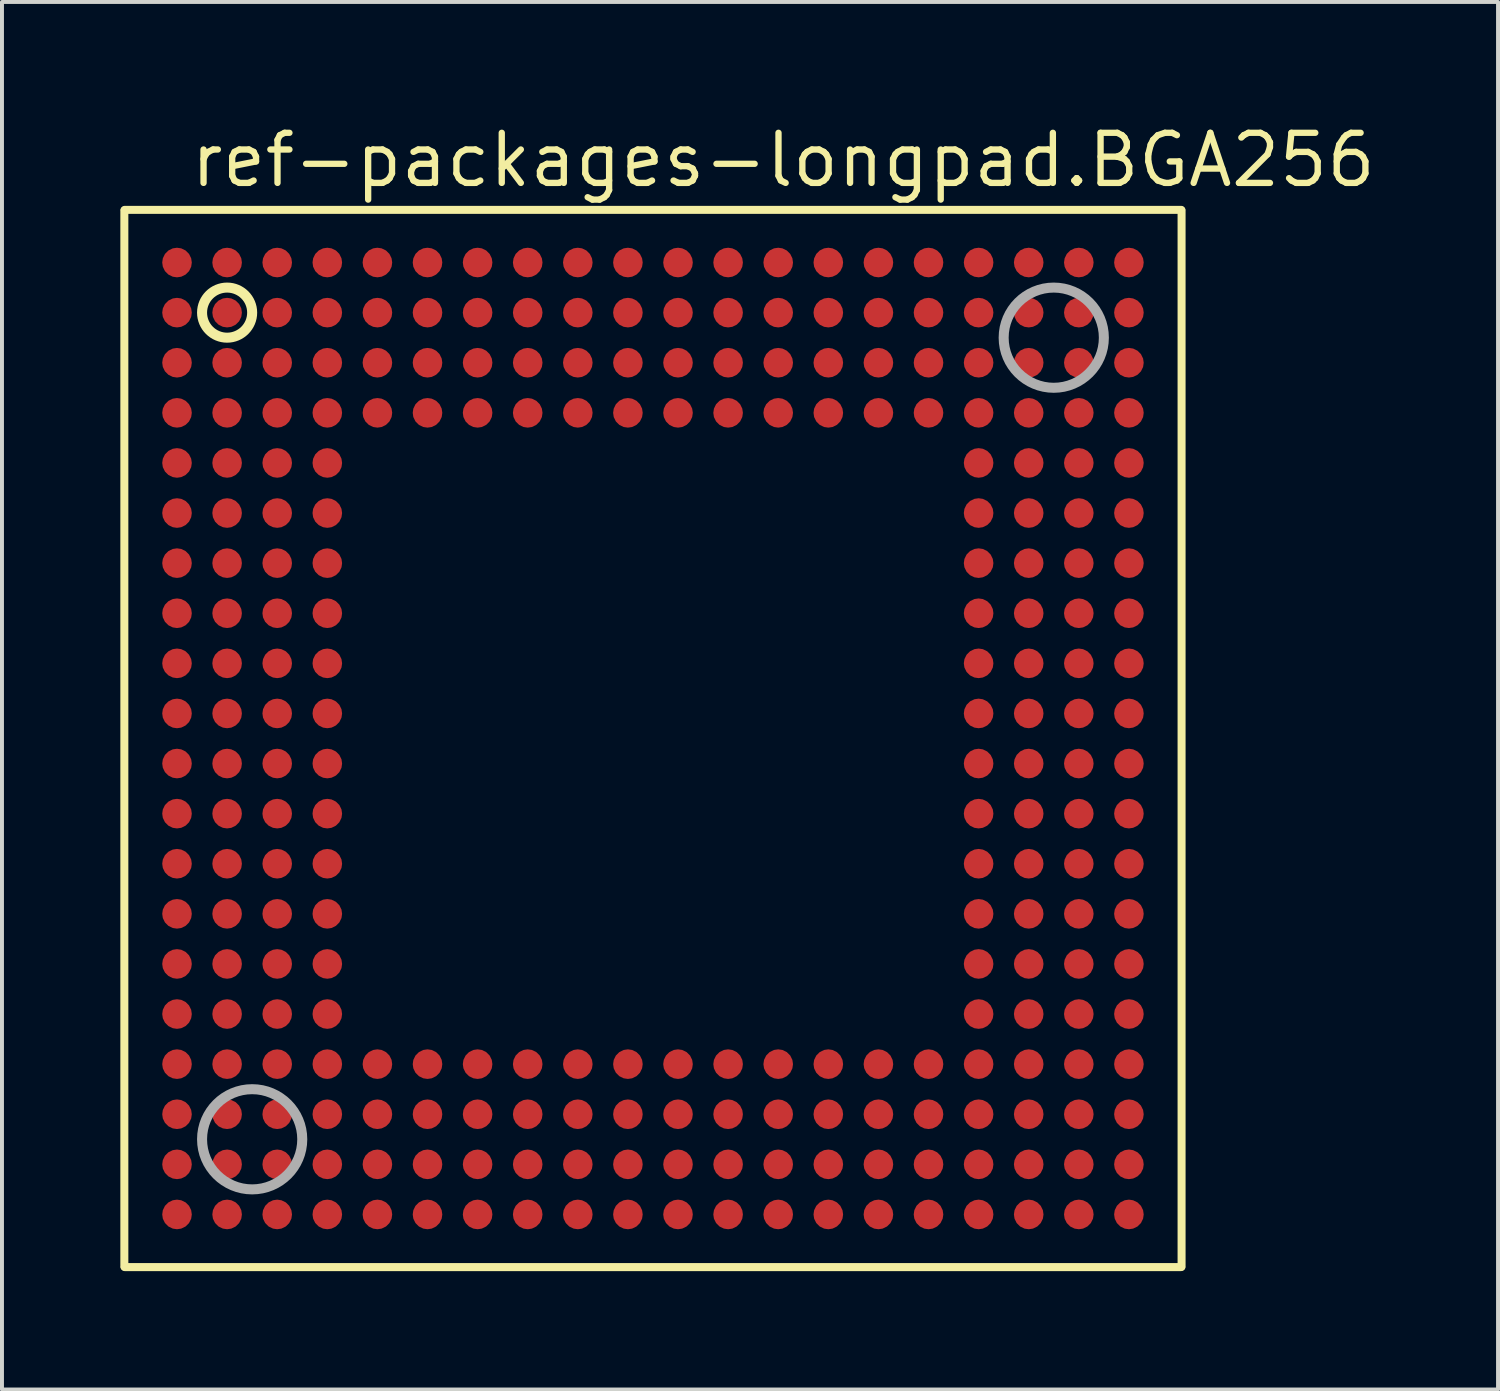
<source format=kicad_pcb>
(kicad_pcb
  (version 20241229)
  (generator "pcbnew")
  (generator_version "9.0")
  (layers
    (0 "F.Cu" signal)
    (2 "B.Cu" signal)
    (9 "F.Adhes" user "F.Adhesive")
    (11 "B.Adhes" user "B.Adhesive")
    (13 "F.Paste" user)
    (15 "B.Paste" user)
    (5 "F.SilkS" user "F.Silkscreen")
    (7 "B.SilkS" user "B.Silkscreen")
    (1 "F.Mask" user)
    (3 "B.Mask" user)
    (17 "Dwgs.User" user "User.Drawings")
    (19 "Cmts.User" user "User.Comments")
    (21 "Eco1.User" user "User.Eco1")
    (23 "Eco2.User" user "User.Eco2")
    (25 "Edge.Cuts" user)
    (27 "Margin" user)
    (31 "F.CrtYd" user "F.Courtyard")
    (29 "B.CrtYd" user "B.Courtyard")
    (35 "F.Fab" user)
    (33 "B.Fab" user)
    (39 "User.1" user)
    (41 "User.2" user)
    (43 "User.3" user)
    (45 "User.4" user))
  (footprint "ref-packages-longpad.BGA256"
    (layer "F.Cu")
    (at 13.502 15.67)
    (property "Reference" "ref-packages-longpad.BGA256" (at -11.8 -13.92 0) (layer "F.SilkS") (effects (font (size 1.27 1.27) (thickness 0.16)) (justify left bottom)))
    (attr smd)
    (fp_line (start -13.4 13.389) (end -13.4 -13.389) (stroke (width 0.203) (type default)) (layer "F.SilkS"))
    (fp_line (start -13.389 -13.4) (end 13.389 -13.4) (stroke (width 0.203) (type default)) (layer "F.SilkS"))
    (fp_line (start 13.389 13.4) (end -13.389 13.4) (stroke (width 0.203) (type default)) (layer "F.SilkS"))
    (fp_line (start 13.4 -13.389) (end 13.4 13.389) (stroke (width 0.203) (type default)) (layer "F.SilkS"))
    (fp_circle (center -10.795 -10.795) (end -10.16 -10.795) (stroke (width 0.254) (type default)) (fill no) (layer "F.SilkS"))
    (fp_circle (center -10.16 10.16) (end -8.89 10.16) (stroke (width 0.254) (type default)) (fill no) (layer "F.Fab"))
    (fp_circle (center 10.16 -10.16) (end 11.43 -10.16) (stroke (width 0.254) (type default)) (fill no) (layer "F.Fab"))
    (pad "A1" smd roundrect (at -12.065 -12.065) (size 0.75 0.75) (layers "F.Cu" "F.Mask" "F.Paste") (roundrect_rratio 0.5))
    (pad "A2" smd roundrect (at -10.795 -12.065) (size 0.75 0.75) (layers "F.Cu" "F.Mask" "F.Paste") (roundrect_rratio 0.5))
    (pad "A3" smd roundrect (at -9.525 -12.065) (size 0.75 0.75) (layers "F.Cu" "F.Mask" "F.Paste") (roundrect_rratio 0.5))
    (pad "A4" smd roundrect (at -8.255 -12.065) (size 0.75 0.75) (layers "F.Cu" "F.Mask" "F.Paste") (roundrect_rratio 0.5))
    (pad "A5" smd roundrect (at -6.985 -12.065) (size 0.75 0.75) (layers "F.Cu" "F.Mask" "F.Paste") (roundrect_rratio 0.5))
    (pad "A6" smd roundrect (at -5.715 -12.065) (size 0.75 0.75) (layers "F.Cu" "F.Mask" "F.Paste") (roundrect_rratio 0.5))
    (pad "A7" smd roundrect (at -4.445 -12.065) (size 0.75 0.75) (layers "F.Cu" "F.Mask" "F.Paste") (roundrect_rratio 0.5))
    (pad "A8" smd roundrect (at -3.175 -12.065) (size 0.75 0.75) (layers "F.Cu" "F.Mask" "F.Paste") (roundrect_rratio 0.5))
    (pad "A9" smd roundrect (at -1.905 -12.065) (size 0.75 0.75) (layers "F.Cu" "F.Mask" "F.Paste") (roundrect_rratio 0.5))
    (pad "A10" smd roundrect (at -0.635 -12.065) (size 0.75 0.75) (layers "F.Cu" "F.Mask" "F.Paste") (roundrect_rratio 0.5))
    (pad "A11" smd roundrect (at 0.635 -12.065) (size 0.75 0.75) (layers "F.Cu" "F.Mask" "F.Paste") (roundrect_rratio 0.5))
    (pad "A12" smd roundrect (at 1.905 -12.065) (size 0.75 0.75) (layers "F.Cu" "F.Mask" "F.Paste") (roundrect_rratio 0.5))
    (pad "A13" smd roundrect (at 3.175 -12.065) (size 0.75 0.75) (layers "F.Cu" "F.Mask" "F.Paste") (roundrect_rratio 0.5))
    (pad "A14" smd roundrect (at 4.445 -12.065) (size 0.75 0.75) (layers "F.Cu" "F.Mask" "F.Paste") (roundrect_rratio 0.5))
    (pad "A15" smd roundrect (at 5.715 -12.065) (size 0.75 0.75) (layers "F.Cu" "F.Mask" "F.Paste") (roundrect_rratio 0.5))
    (pad "A16" smd roundrect (at 6.985 -12.065) (size 0.75 0.75) (layers "F.Cu" "F.Mask" "F.Paste") (roundrect_rratio 0.5))
    (pad "A17" smd roundrect (at 8.255 -12.065) (size 0.75 0.75) (layers "F.Cu" "F.Mask" "F.Paste") (roundrect_rratio 0.5))
    (pad "A18" smd roundrect (at 9.525 -12.065) (size 0.75 0.75) (layers "F.Cu" "F.Mask" "F.Paste") (roundrect_rratio 0.5))
    (pad "A19" smd roundrect (at 10.795 -12.065) (size 0.75 0.75) (layers "F.Cu" "F.Mask" "F.Paste") (roundrect_rratio 0.5))
    (pad "A20" smd roundrect (at 12.065 -12.065) (size 0.75 0.75) (layers "F.Cu" "F.Mask" "F.Paste") (roundrect_rratio 0.5))
    (pad "B1" smd roundrect (at -12.065 -10.795) (size 0.75 0.75) (layers "F.Cu" "F.Mask" "F.Paste") (roundrect_rratio 0.5))
    (pad "B2" smd roundrect (at -10.795 -10.795) (size 0.75 0.75) (layers "F.Cu" "F.Mask" "F.Paste") (roundrect_rratio 0.5))
    (pad "B3" smd roundrect (at -9.525 -10.795) (size 0.75 0.75) (layers "F.Cu" "F.Mask" "F.Paste") (roundrect_rratio 0.5))
    (pad "B4" smd roundrect (at -8.255 -10.795) (size 0.75 0.75) (layers "F.Cu" "F.Mask" "F.Paste") (roundrect_rratio 0.5))
    (pad "B5" smd roundrect (at -6.985 -10.795) (size 0.75 0.75) (layers "F.Cu" "F.Mask" "F.Paste") (roundrect_rratio 0.5))
    (pad "B6" smd roundrect (at -5.715 -10.795) (size 0.75 0.75) (layers "F.Cu" "F.Mask" "F.Paste") (roundrect_rratio 0.5))
    (pad "B7" smd roundrect (at -4.445 -10.795) (size 0.75 0.75) (layers "F.Cu" "F.Mask" "F.Paste") (roundrect_rratio 0.5))
    (pad "B8" smd roundrect (at -3.175 -10.795) (size 0.75 0.75) (layers "F.Cu" "F.Mask" "F.Paste") (roundrect_rratio 0.5))
    (pad "B9" smd roundrect (at -1.905 -10.795) (size 0.75 0.75) (layers "F.Cu" "F.Mask" "F.Paste") (roundrect_rratio 0.5))
    (pad "B10" smd roundrect (at -0.635 -10.795) (size 0.75 0.75) (layers "F.Cu" "F.Mask" "F.Paste") (roundrect_rratio 0.5))
    (pad "B11" smd roundrect (at 0.635 -10.795) (size 0.75 0.75) (layers "F.Cu" "F.Mask" "F.Paste") (roundrect_rratio 0.5))
    (pad "B12" smd roundrect (at 1.905 -10.795) (size 0.75 0.75) (layers "F.Cu" "F.Mask" "F.Paste") (roundrect_rratio 0.5))
    (pad "B13" smd roundrect (at 3.175 -10.795) (size 0.75 0.75) (layers "F.Cu" "F.Mask" "F.Paste") (roundrect_rratio 0.5))
    (pad "B14" smd roundrect (at 4.445 -10.795) (size 0.75 0.75) (layers "F.Cu" "F.Mask" "F.Paste") (roundrect_rratio 0.5))
    (pad "B15" smd roundrect (at 5.715 -10.795) (size 0.75 0.75) (layers "F.Cu" "F.Mask" "F.Paste") (roundrect_rratio 0.5))
    (pad "B16" smd roundrect (at 6.985 -10.795) (size 0.75 0.75) (layers "F.Cu" "F.Mask" "F.Paste") (roundrect_rratio 0.5))
    (pad "B17" smd roundrect (at 8.255 -10.795) (size 0.75 0.75) (layers "F.Cu" "F.Mask" "F.Paste") (roundrect_rratio 0.5))
    (pad "B18" smd roundrect (at 9.525 -10.795) (size 0.75 0.75) (layers "F.Cu" "F.Mask" "F.Paste") (roundrect_rratio 0.5))
    (pad "B19" smd roundrect (at 10.795 -10.795) (size 0.75 0.75) (layers "F.Cu" "F.Mask" "F.Paste") (roundrect_rratio 0.5))
    (pad "B20" smd roundrect (at 12.065 -10.795) (size 0.75 0.75) (layers "F.Cu" "F.Mask" "F.Paste") (roundrect_rratio 0.5))
    (pad "C1" smd roundrect (at -12.065 -9.525) (size 0.75 0.75) (layers "F.Cu" "F.Mask" "F.Paste") (roundrect_rratio 0.5))
    (pad "C2" smd roundrect (at -10.795 -9.525) (size 0.75 0.75) (layers "F.Cu" "F.Mask" "F.Paste") (roundrect_rratio 0.5))
    (pad "C3" smd roundrect (at -9.525 -9.525) (size 0.75 0.75) (layers "F.Cu" "F.Mask" "F.Paste") (roundrect_rratio 0.5))
    (pad "C4" smd roundrect (at -8.255 -9.525) (size 0.75 0.75) (layers "F.Cu" "F.Mask" "F.Paste") (roundrect_rratio 0.5))
    (pad "C5" smd roundrect (at -6.985 -9.525) (size 0.75 0.75) (layers "F.Cu" "F.Mask" "F.Paste") (roundrect_rratio 0.5))
    (pad "C6" smd roundrect (at -5.715 -9.525) (size 0.75 0.75) (layers "F.Cu" "F.Mask" "F.Paste") (roundrect_rratio 0.5))
    (pad "C7" smd roundrect (at -4.445 -9.525) (size 0.75 0.75) (layers "F.Cu" "F.Mask" "F.Paste") (roundrect_rratio 0.5))
    (pad "C8" smd roundrect (at -3.175 -9.525) (size 0.75 0.75) (layers "F.Cu" "F.Mask" "F.Paste") (roundrect_rratio 0.5))
    (pad "C9" smd roundrect (at -1.905 -9.525) (size 0.75 0.75) (layers "F.Cu" "F.Mask" "F.Paste") (roundrect_rratio 0.5))
    (pad "C10" smd roundrect (at -0.635 -9.525) (size 0.75 0.75) (layers "F.Cu" "F.Mask" "F.Paste") (roundrect_rratio 0.5))
    (pad "C11" smd roundrect (at 0.635 -9.525) (size 0.75 0.75) (layers "F.Cu" "F.Mask" "F.Paste") (roundrect_rratio 0.5))
    (pad "C12" smd roundrect (at 1.905 -9.525) (size 0.75 0.75) (layers "F.Cu" "F.Mask" "F.Paste") (roundrect_rratio 0.5))
    (pad "C13" smd roundrect (at 3.175 -9.525) (size 0.75 0.75) (layers "F.Cu" "F.Mask" "F.Paste") (roundrect_rratio 0.5))
    (pad "C14" smd roundrect (at 4.445 -9.525) (size 0.75 0.75) (layers "F.Cu" "F.Mask" "F.Paste") (roundrect_rratio 0.5))
    (pad "C15" smd roundrect (at 5.715 -9.525) (size 0.75 0.75) (layers "F.Cu" "F.Mask" "F.Paste") (roundrect_rratio 0.5))
    (pad "C16" smd roundrect (at 6.985 -9.525) (size 0.75 0.75) (layers "F.Cu" "F.Mask" "F.Paste") (roundrect_rratio 0.5))
    (pad "C17" smd roundrect (at 8.255 -9.525) (size 0.75 0.75) (layers "F.Cu" "F.Mask" "F.Paste") (roundrect_rratio 0.5))
    (pad "C18" smd roundrect (at 9.525 -9.525) (size 0.75 0.75) (layers "F.Cu" "F.Mask" "F.Paste") (roundrect_rratio 0.5))
    (pad "C19" smd roundrect (at 10.795 -9.525) (size 0.75 0.75) (layers "F.Cu" "F.Mask" "F.Paste") (roundrect_rratio 0.5))
    (pad "C20" smd roundrect (at 12.065 -9.525) (size 0.75 0.75) (layers "F.Cu" "F.Mask" "F.Paste") (roundrect_rratio 0.5))
    (pad "D1" smd roundrect (at -12.065 -8.255) (size 0.75 0.75) (layers "F.Cu" "F.Mask" "F.Paste") (roundrect_rratio 0.5))
    (pad "D2" smd roundrect (at -10.795 -8.255) (size 0.75 0.75) (layers "F.Cu" "F.Mask" "F.Paste") (roundrect_rratio 0.5))
    (pad "D3" smd roundrect (at -9.525 -8.255) (size 0.75 0.75) (layers "F.Cu" "F.Mask" "F.Paste") (roundrect_rratio 0.5))
    (pad "D4" smd roundrect (at -8.255 -8.255) (size 0.75 0.75) (layers "F.Cu" "F.Mask" "F.Paste") (roundrect_rratio 0.5))
    (pad "D5" smd roundrect (at -6.985 -8.255) (size 0.75 0.75) (layers "F.Cu" "F.Mask" "F.Paste") (roundrect_rratio 0.5))
    (pad "D6" smd roundrect (at -5.715 -8.255) (size 0.75 0.75) (layers "F.Cu" "F.Mask" "F.Paste") (roundrect_rratio 0.5))
    (pad "D7" smd roundrect (at -4.445 -8.255) (size 0.75 0.75) (layers "F.Cu" "F.Mask" "F.Paste") (roundrect_rratio 0.5))
    (pad "D8" smd roundrect (at -3.175 -8.255) (size 0.75 0.75) (layers "F.Cu" "F.Mask" "F.Paste") (roundrect_rratio 0.5))
    (pad "D9" smd roundrect (at -1.905 -8.255) (size 0.75 0.75) (layers "F.Cu" "F.Mask" "F.Paste") (roundrect_rratio 0.5))
    (pad "D10" smd roundrect (at -0.635 -8.255) (size 0.75 0.75) (layers "F.Cu" "F.Mask" "F.Paste") (roundrect_rratio 0.5))
    (pad "D11" smd roundrect (at 0.635 -8.255) (size 0.75 0.75) (layers "F.Cu" "F.Mask" "F.Paste") (roundrect_rratio 0.5))
    (pad "D12" smd roundrect (at 1.905 -8.255) (size 0.75 0.75) (layers "F.Cu" "F.Mask" "F.Paste") (roundrect_rratio 0.5))
    (pad "D13" smd roundrect (at 3.175 -8.255) (size 0.75 0.75) (layers "F.Cu" "F.Mask" "F.Paste") (roundrect_rratio 0.5))
    (pad "D14" smd roundrect (at 4.445 -8.255) (size 0.75 0.75) (layers "F.Cu" "F.Mask" "F.Paste") (roundrect_rratio 0.5))
    (pad "D15" smd roundrect (at 5.715 -8.255) (size 0.75 0.75) (layers "F.Cu" "F.Mask" "F.Paste") (roundrect_rratio 0.5))
    (pad "D16" smd roundrect (at 6.985 -8.255) (size 0.75 0.75) (layers "F.Cu" "F.Mask" "F.Paste") (roundrect_rratio 0.5))
    (pad "D17" smd roundrect (at 8.255 -8.255) (size 0.75 0.75) (layers "F.Cu" "F.Mask" "F.Paste") (roundrect_rratio 0.5))
    (pad "D18" smd roundrect (at 9.525 -8.255) (size 0.75 0.75) (layers "F.Cu" "F.Mask" "F.Paste") (roundrect_rratio 0.5))
    (pad "D19" smd roundrect (at 10.795 -8.255) (size 0.75 0.75) (layers "F.Cu" "F.Mask" "F.Paste") (roundrect_rratio 0.5))
    (pad "D20" smd roundrect (at 12.065 -8.255) (size 0.75 0.75) (layers "F.Cu" "F.Mask" "F.Paste") (roundrect_rratio 0.5))
    (pad "E1" smd roundrect (at -12.065 -6.985) (size 0.75 0.75) (layers "F.Cu" "F.Mask" "F.Paste") (roundrect_rratio 0.5))
    (pad "E2" smd roundrect (at -10.795 -6.985) (size 0.75 0.75) (layers "F.Cu" "F.Mask" "F.Paste") (roundrect_rratio 0.5))
    (pad "E3" smd roundrect (at -9.525 -6.985) (size 0.75 0.75) (layers "F.Cu" "F.Mask" "F.Paste") (roundrect_rratio 0.5))
    (pad "E4" smd roundrect (at -8.255 -6.985) (size 0.75 0.75) (layers "F.Cu" "F.Mask" "F.Paste") (roundrect_rratio 0.5))
    (pad "E17" smd roundrect (at 8.255 -6.985) (size 0.75 0.75) (layers "F.Cu" "F.Mask" "F.Paste") (roundrect_rratio 0.5))
    (pad "E18" smd roundrect (at 9.525 -6.985) (size 0.75 0.75) (layers "F.Cu" "F.Mask" "F.Paste") (roundrect_rratio 0.5))
    (pad "E19" smd roundrect (at 10.795 -6.985) (size 0.75 0.75) (layers "F.Cu" "F.Mask" "F.Paste") (roundrect_rratio 0.5))
    (pad "E20" smd roundrect (at 12.065 -6.985) (size 0.75 0.75) (layers "F.Cu" "F.Mask" "F.Paste") (roundrect_rratio 0.5))
    (pad "F1" smd roundrect (at -12.065 -5.715) (size 0.75 0.75) (layers "F.Cu" "F.Mask" "F.Paste") (roundrect_rratio 0.5))
    (pad "F2" smd roundrect (at -10.795 -5.715) (size 0.75 0.75) (layers "F.Cu" "F.Mask" "F.Paste") (roundrect_rratio 0.5))
    (pad "F3" smd roundrect (at -9.525 -5.715) (size 0.75 0.75) (layers "F.Cu" "F.Mask" "F.Paste") (roundrect_rratio 0.5))
    (pad "F4" smd roundrect (at -8.255 -5.715) (size 0.75 0.75) (layers "F.Cu" "F.Mask" "F.Paste") (roundrect_rratio 0.5))
    (pad "F17" smd roundrect (at 8.255 -5.715) (size 0.75 0.75) (layers "F.Cu" "F.Mask" "F.Paste") (roundrect_rratio 0.5))
    (pad "F18" smd roundrect (at 9.525 -5.715) (size 0.75 0.75) (layers "F.Cu" "F.Mask" "F.Paste") (roundrect_rratio 0.5))
    (pad "F19" smd roundrect (at 10.795 -5.715) (size 0.75 0.75) (layers "F.Cu" "F.Mask" "F.Paste") (roundrect_rratio 0.5))
    (pad "F20" smd roundrect (at 12.065 -5.715) (size 0.75 0.75) (layers "F.Cu" "F.Mask" "F.Paste") (roundrect_rratio 0.5))
    (pad "G1" smd roundrect (at -12.065 -4.445) (size 0.75 0.75) (layers "F.Cu" "F.Mask" "F.Paste") (roundrect_rratio 0.5))
    (pad "G2" smd roundrect (at -10.795 -4.445) (size 0.75 0.75) (layers "F.Cu" "F.Mask" "F.Paste") (roundrect_rratio 0.5))
    (pad "G3" smd roundrect (at -9.525 -4.445) (size 0.75 0.75) (layers "F.Cu" "F.Mask" "F.Paste") (roundrect_rratio 0.5))
    (pad "G4" smd roundrect (at -8.255 -4.445) (size 0.75 0.75) (layers "F.Cu" "F.Mask" "F.Paste") (roundrect_rratio 0.5))
    (pad "G17" smd roundrect (at 8.255 -4.445) (size 0.75 0.75) (layers "F.Cu" "F.Mask" "F.Paste") (roundrect_rratio 0.5))
    (pad "G18" smd roundrect (at 9.525 -4.445) (size 0.75 0.75) (layers "F.Cu" "F.Mask" "F.Paste") (roundrect_rratio 0.5))
    (pad "G19" smd roundrect (at 10.795 -4.445) (size 0.75 0.75) (layers "F.Cu" "F.Mask" "F.Paste") (roundrect_rratio 0.5))
    (pad "G20" smd roundrect (at 12.065 -4.445) (size 0.75 0.75) (layers "F.Cu" "F.Mask" "F.Paste") (roundrect_rratio 0.5))
    (pad "H1" smd roundrect (at -12.065 -3.175) (size 0.75 0.75) (layers "F.Cu" "F.Mask" "F.Paste") (roundrect_rratio 0.5))
    (pad "H2" smd roundrect (at -10.795 -3.175) (size 0.75 0.75) (layers "F.Cu" "F.Mask" "F.Paste") (roundrect_rratio 0.5))
    (pad "H3" smd roundrect (at -9.525 -3.175) (size 0.75 0.75) (layers "F.Cu" "F.Mask" "F.Paste") (roundrect_rratio 0.5))
    (pad "H4" smd roundrect (at -8.255 -3.175) (size 0.75 0.75) (layers "F.Cu" "F.Mask" "F.Paste") (roundrect_rratio 0.5))
    (pad "H17" smd roundrect (at 8.255 -3.175) (size 0.75 0.75) (layers "F.Cu" "F.Mask" "F.Paste") (roundrect_rratio 0.5))
    (pad "H18" smd roundrect (at 9.525 -3.175) (size 0.75 0.75) (layers "F.Cu" "F.Mask" "F.Paste") (roundrect_rratio 0.5))
    (pad "H19" smd roundrect (at 10.795 -3.175) (size 0.75 0.75) (layers "F.Cu" "F.Mask" "F.Paste") (roundrect_rratio 0.5))
    (pad "H20" smd roundrect (at 12.065 -3.175) (size 0.75 0.75) (layers "F.Cu" "F.Mask" "F.Paste") (roundrect_rratio 0.5))
    (pad "J1" smd roundrect (at -12.065 -1.905) (size 0.75 0.75) (layers "F.Cu" "F.Mask" "F.Paste") (roundrect_rratio 0.5))
    (pad "J2" smd roundrect (at -10.795 -1.905) (size 0.75 0.75) (layers "F.Cu" "F.Mask" "F.Paste") (roundrect_rratio 0.5))
    (pad "J3" smd roundrect (at -9.525 -1.905) (size 0.75 0.75) (layers "F.Cu" "F.Mask" "F.Paste") (roundrect_rratio 0.5))
    (pad "J4" smd roundrect (at -8.255 -1.905) (size 0.75 0.75) (layers "F.Cu" "F.Mask" "F.Paste") (roundrect_rratio 0.5))
    (pad "J17" smd roundrect (at 8.255 -1.905) (size 0.75 0.75) (layers "F.Cu" "F.Mask" "F.Paste") (roundrect_rratio 0.5))
    (pad "J18" smd roundrect (at 9.525 -1.905) (size 0.75 0.75) (layers "F.Cu" "F.Mask" "F.Paste") (roundrect_rratio 0.5))
    (pad "J19" smd roundrect (at 10.795 -1.905) (size 0.75 0.75) (layers "F.Cu" "F.Mask" "F.Paste") (roundrect_rratio 0.5))
    (pad "J20" smd roundrect (at 12.065 -1.905) (size 0.75 0.75) (layers "F.Cu" "F.Mask" "F.Paste") (roundrect_rratio 0.5))
    (pad "K1" smd roundrect (at -12.065 -0.635) (size 0.75 0.75) (layers "F.Cu" "F.Mask" "F.Paste") (roundrect_rratio 0.5))
    (pad "K2" smd roundrect (at -10.795 -0.635) (size 0.75 0.75) (layers "F.Cu" "F.Mask" "F.Paste") (roundrect_rratio 0.5))
    (pad "K3" smd roundrect (at -9.525 -0.635) (size 0.75 0.75) (layers "F.Cu" "F.Mask" "F.Paste") (roundrect_rratio 0.5))
    (pad "K4" smd roundrect (at -8.255 -0.635) (size 0.75 0.75) (layers "F.Cu" "F.Mask" "F.Paste") (roundrect_rratio 0.5))
    (pad "K17" smd roundrect (at 8.255 -0.635) (size 0.75 0.75) (layers "F.Cu" "F.Mask" "F.Paste") (roundrect_rratio 0.5))
    (pad "K18" smd roundrect (at 9.525 -0.635) (size 0.75 0.75) (layers "F.Cu" "F.Mask" "F.Paste") (roundrect_rratio 0.5))
    (pad "K19" smd roundrect (at 10.795 -0.635) (size 0.75 0.75) (layers "F.Cu" "F.Mask" "F.Paste") (roundrect_rratio 0.5))
    (pad "K20" smd roundrect (at 12.065 -0.635) (size 0.75 0.75) (layers "F.Cu" "F.Mask" "F.Paste") (roundrect_rratio 0.5))
    (pad "L1" smd roundrect (at -12.065 0.635) (size 0.75 0.75) (layers "F.Cu" "F.Mask" "F.Paste") (roundrect_rratio 0.5))
    (pad "L2" smd roundrect (at -10.795 0.635) (size 0.75 0.75) (layers "F.Cu" "F.Mask" "F.Paste") (roundrect_rratio 0.5))
    (pad "L3" smd roundrect (at -9.525 0.635) (size 0.75 0.75) (layers "F.Cu" "F.Mask" "F.Paste") (roundrect_rratio 0.5))
    (pad "L4" smd roundrect (at -8.255 0.635) (size 0.75 0.75) (layers "F.Cu" "F.Mask" "F.Paste") (roundrect_rratio 0.5))
    (pad "L17" smd roundrect (at 8.255 0.635) (size 0.75 0.75) (layers "F.Cu" "F.Mask" "F.Paste") (roundrect_rratio 0.5))
    (pad "L18" smd roundrect (at 9.525 0.635) (size 0.75 0.75) (layers "F.Cu" "F.Mask" "F.Paste") (roundrect_rratio 0.5))
    (pad "L19" smd roundrect (at 10.795 0.635) (size 0.75 0.75) (layers "F.Cu" "F.Mask" "F.Paste") (roundrect_rratio 0.5))
    (pad "L20" smd roundrect (at 12.065 0.635) (size 0.75 0.75) (layers "F.Cu" "F.Mask" "F.Paste") (roundrect_rratio 0.5))
    (pad "M1" smd roundrect (at -12.065 1.905) (size 0.75 0.75) (layers "F.Cu" "F.Mask" "F.Paste") (roundrect_rratio 0.5))
    (pad "M2" smd roundrect (at -10.795 1.905) (size 0.75 0.75) (layers "F.Cu" "F.Mask" "F.Paste") (roundrect_rratio 0.5))
    (pad "M3" smd roundrect (at -9.525 1.905) (size 0.75 0.75) (layers "F.Cu" "F.Mask" "F.Paste") (roundrect_rratio 0.5))
    (pad "M4" smd roundrect (at -8.255 1.905) (size 0.75 0.75) (layers "F.Cu" "F.Mask" "F.Paste") (roundrect_rratio 0.5))
    (pad "M17" smd roundrect (at 8.255 1.905) (size 0.75 0.75) (layers "F.Cu" "F.Mask" "F.Paste") (roundrect_rratio 0.5))
    (pad "M18" smd roundrect (at 9.525 1.905) (size 0.75 0.75) (layers "F.Cu" "F.Mask" "F.Paste") (roundrect_rratio 0.5))
    (pad "M19" smd roundrect (at 10.795 1.905) (size 0.75 0.75) (layers "F.Cu" "F.Mask" "F.Paste") (roundrect_rratio 0.5))
    (pad "M20" smd roundrect (at 12.065 1.905) (size 0.75 0.75) (layers "F.Cu" "F.Mask" "F.Paste") (roundrect_rratio 0.5))
    (pad "N1" smd roundrect (at -12.065 3.175) (size 0.75 0.75) (layers "F.Cu" "F.Mask" "F.Paste") (roundrect_rratio 0.5))
    (pad "N2" smd roundrect (at -10.795 3.175) (size 0.75 0.75) (layers "F.Cu" "F.Mask" "F.Paste") (roundrect_rratio 0.5))
    (pad "N3" smd roundrect (at -9.525 3.175) (size 0.75 0.75) (layers "F.Cu" "F.Mask" "F.Paste") (roundrect_rratio 0.5))
    (pad "N4" smd roundrect (at -8.255 3.175) (size 0.75 0.75) (layers "F.Cu" "F.Mask" "F.Paste") (roundrect_rratio 0.5))
    (pad "N17" smd roundrect (at 8.255 3.175) (size 0.75 0.75) (layers "F.Cu" "F.Mask" "F.Paste") (roundrect_rratio 0.5))
    (pad "N18" smd roundrect (at 9.525 3.175) (size 0.75 0.75) (layers "F.Cu" "F.Mask" "F.Paste") (roundrect_rratio 0.5))
    (pad "N19" smd roundrect (at 10.795 3.175) (size 0.75 0.75) (layers "F.Cu" "F.Mask" "F.Paste") (roundrect_rratio 0.5))
    (pad "N20" smd roundrect (at 12.065 3.175) (size 0.75 0.75) (layers "F.Cu" "F.Mask" "F.Paste") (roundrect_rratio 0.5))
    (pad "P1" smd roundrect (at -12.065 4.445) (size 0.75 0.75) (layers "F.Cu" "F.Mask" "F.Paste") (roundrect_rratio 0.5))
    (pad "P2" smd roundrect (at -10.795 4.445) (size 0.75 0.75) (layers "F.Cu" "F.Mask" "F.Paste") (roundrect_rratio 0.5))
    (pad "P3" smd roundrect (at -9.525 4.445) (size 0.75 0.75) (layers "F.Cu" "F.Mask" "F.Paste") (roundrect_rratio 0.5))
    (pad "P4" smd roundrect (at -8.255 4.445) (size 0.75 0.75) (layers "F.Cu" "F.Mask" "F.Paste") (roundrect_rratio 0.5))
    (pad "P17" smd roundrect (at 8.255 4.445) (size 0.75 0.75) (layers "F.Cu" "F.Mask" "F.Paste") (roundrect_rratio 0.5))
    (pad "P18" smd roundrect (at 9.525 4.445) (size 0.75 0.75) (layers "F.Cu" "F.Mask" "F.Paste") (roundrect_rratio 0.5))
    (pad "P19" smd roundrect (at 10.795 4.445) (size 0.75 0.75) (layers "F.Cu" "F.Mask" "F.Paste") (roundrect_rratio 0.5))
    (pad "P20" smd roundrect (at 12.065 4.445) (size 0.75 0.75) (layers "F.Cu" "F.Mask" "F.Paste") (roundrect_rratio 0.5))
    (pad "R1" smd roundrect (at -12.065 5.715) (size 0.75 0.75) (layers "F.Cu" "F.Mask" "F.Paste") (roundrect_rratio 0.5))
    (pad "R2" smd roundrect (at -10.795 5.715) (size 0.75 0.75) (layers "F.Cu" "F.Mask" "F.Paste") (roundrect_rratio 0.5))
    (pad "R3" smd roundrect (at -9.525 5.715) (size 0.75 0.75) (layers "F.Cu" "F.Mask" "F.Paste") (roundrect_rratio 0.5))
    (pad "R4" smd roundrect (at -8.255 5.715) (size 0.75 0.75) (layers "F.Cu" "F.Mask" "F.Paste") (roundrect_rratio 0.5))
    (pad "R17" smd roundrect (at 8.255 5.715) (size 0.75 0.75) (layers "F.Cu" "F.Mask" "F.Paste") (roundrect_rratio 0.5))
    (pad "R18" smd roundrect (at 9.525 5.715) (size 0.75 0.75) (layers "F.Cu" "F.Mask" "F.Paste") (roundrect_rratio 0.5))
    (pad "R19" smd roundrect (at 10.795 5.715) (size 0.75 0.75) (layers "F.Cu" "F.Mask" "F.Paste") (roundrect_rratio 0.5))
    (pad "R20" smd roundrect (at 12.065 5.715) (size 0.75 0.75) (layers "F.Cu" "F.Mask" "F.Paste") (roundrect_rratio 0.5))
    (pad "T1" smd roundrect (at -12.065 6.985) (size 0.75 0.75) (layers "F.Cu" "F.Mask" "F.Paste") (roundrect_rratio 0.5))
    (pad "T2" smd roundrect (at -10.795 6.985) (size 0.75 0.75) (layers "F.Cu" "F.Mask" "F.Paste") (roundrect_rratio 0.5))
    (pad "T3" smd roundrect (at -9.525 6.985) (size 0.75 0.75) (layers "F.Cu" "F.Mask" "F.Paste") (roundrect_rratio 0.5))
    (pad "T4" smd roundrect (at -8.255 6.985) (size 0.75 0.75) (layers "F.Cu" "F.Mask" "F.Paste") (roundrect_rratio 0.5))
    (pad "T17" smd roundrect (at 8.255 6.985) (size 0.75 0.75) (layers "F.Cu" "F.Mask" "F.Paste") (roundrect_rratio 0.5))
    (pad "T18" smd roundrect (at 9.525 6.985) (size 0.75 0.75) (layers "F.Cu" "F.Mask" "F.Paste") (roundrect_rratio 0.5))
    (pad "T19" smd roundrect (at 10.795 6.985) (size 0.75 0.75) (layers "F.Cu" "F.Mask" "F.Paste") (roundrect_rratio 0.5))
    (pad "T20" smd roundrect (at 12.065 6.985) (size 0.75 0.75) (layers "F.Cu" "F.Mask" "F.Paste") (roundrect_rratio 0.5))
    (pad "U1" smd roundrect (at -12.065 8.255) (size 0.75 0.75) (layers "F.Cu" "F.Mask" "F.Paste") (roundrect_rratio 0.5))
    (pad "U2" smd roundrect (at -10.795 8.255) (size 0.75 0.75) (layers "F.Cu" "F.Mask" "F.Paste") (roundrect_rratio 0.5))
    (pad "U3" smd roundrect (at -9.525 8.255) (size 0.75 0.75) (layers "F.Cu" "F.Mask" "F.Paste") (roundrect_rratio 0.5))
    (pad "U4" smd roundrect (at -8.255 8.255) (size 0.75 0.75) (layers "F.Cu" "F.Mask" "F.Paste") (roundrect_rratio 0.5))
    (pad "U5" smd roundrect (at -6.985 8.255) (size 0.75 0.75) (layers "F.Cu" "F.Mask" "F.Paste") (roundrect_rratio 0.5))
    (pad "U6" smd roundrect (at -5.715 8.255) (size 0.75 0.75) (layers "F.Cu" "F.Mask" "F.Paste") (roundrect_rratio 0.5))
    (pad "U7" smd roundrect (at -4.445 8.255) (size 0.75 0.75) (layers "F.Cu" "F.Mask" "F.Paste") (roundrect_rratio 0.5))
    (pad "U8" smd roundrect (at -3.175 8.255) (size 0.75 0.75) (layers "F.Cu" "F.Mask" "F.Paste") (roundrect_rratio 0.5))
    (pad "U9" smd roundrect (at -1.905 8.255) (size 0.75 0.75) (layers "F.Cu" "F.Mask" "F.Paste") (roundrect_rratio 0.5))
    (pad "U10" smd roundrect (at -0.635 8.255) (size 0.75 0.75) (layers "F.Cu" "F.Mask" "F.Paste") (roundrect_rratio 0.5))
    (pad "U11" smd roundrect (at 0.635 8.255) (size 0.75 0.75) (layers "F.Cu" "F.Mask" "F.Paste") (roundrect_rratio 0.5))
    (pad "U12" smd roundrect (at 1.905 8.255) (size 0.75 0.75) (layers "F.Cu" "F.Mask" "F.Paste") (roundrect_rratio 0.5))
    (pad "U13" smd roundrect (at 3.175 8.255) (size 0.75 0.75) (layers "F.Cu" "F.Mask" "F.Paste") (roundrect_rratio 0.5))
    (pad "U14" smd roundrect (at 4.445 8.255) (size 0.75 0.75) (layers "F.Cu" "F.Mask" "F.Paste") (roundrect_rratio 0.5))
    (pad "U15" smd roundrect (at 5.715 8.255) (size 0.75 0.75) (layers "F.Cu" "F.Mask" "F.Paste") (roundrect_rratio 0.5))
    (pad "U16" smd roundrect (at 6.985 8.255) (size 0.75 0.75) (layers "F.Cu" "F.Mask" "F.Paste") (roundrect_rratio 0.5))
    (pad "U17" smd roundrect (at 8.255 8.255) (size 0.75 0.75) (layers "F.Cu" "F.Mask" "F.Paste") (roundrect_rratio 0.5))
    (pad "U18" smd roundrect (at 9.525 8.255) (size 0.75 0.75) (layers "F.Cu" "F.Mask" "F.Paste") (roundrect_rratio 0.5))
    (pad "U19" smd roundrect (at 10.795 8.255) (size 0.75 0.75) (layers "F.Cu" "F.Mask" "F.Paste") (roundrect_rratio 0.5))
    (pad "U20" smd roundrect (at 12.065 8.255) (size 0.75 0.75) (layers "F.Cu" "F.Mask" "F.Paste") (roundrect_rratio 0.5))
    (pad "V1" smd roundrect (at -12.065 9.525) (size 0.75 0.75) (layers "F.Cu" "F.Mask" "F.Paste") (roundrect_rratio 0.5))
    (pad "V2" smd roundrect (at -10.795 9.525) (size 0.75 0.75) (layers "F.Cu" "F.Mask" "F.Paste") (roundrect_rratio 0.5))
    (pad "V3" smd roundrect (at -9.525 9.525) (size 0.75 0.75) (layers "F.Cu" "F.Mask" "F.Paste") (roundrect_rratio 0.5))
    (pad "V4" smd roundrect (at -8.255 9.525) (size 0.75 0.75) (layers "F.Cu" "F.Mask" "F.Paste") (roundrect_rratio 0.5))
    (pad "V5" smd roundrect (at -6.985 9.525) (size 0.75 0.75) (layers "F.Cu" "F.Mask" "F.Paste") (roundrect_rratio 0.5))
    (pad "V6" smd roundrect (at -5.715 9.525) (size 0.75 0.75) (layers "F.Cu" "F.Mask" "F.Paste") (roundrect_rratio 0.5))
    (pad "V7" smd roundrect (at -4.445 9.525) (size 0.75 0.75) (layers "F.Cu" "F.Mask" "F.Paste") (roundrect_rratio 0.5))
    (pad "V8" smd roundrect (at -3.175 9.525) (size 0.75 0.75) (layers "F.Cu" "F.Mask" "F.Paste") (roundrect_rratio 0.5))
    (pad "V9" smd roundrect (at -1.905 9.525) (size 0.75 0.75) (layers "F.Cu" "F.Mask" "F.Paste") (roundrect_rratio 0.5))
    (pad "V10" smd roundrect (at -0.635 9.525) (size 0.75 0.75) (layers "F.Cu" "F.Mask" "F.Paste") (roundrect_rratio 0.5))
    (pad "V11" smd roundrect (at 0.635 9.525) (size 0.75 0.75) (layers "F.Cu" "F.Mask" "F.Paste") (roundrect_rratio 0.5))
    (pad "V12" smd roundrect (at 1.905 9.525) (size 0.75 0.75) (layers "F.Cu" "F.Mask" "F.Paste") (roundrect_rratio 0.5))
    (pad "V13" smd roundrect (at 3.175 9.525) (size 0.75 0.75) (layers "F.Cu" "F.Mask" "F.Paste") (roundrect_rratio 0.5))
    (pad "V14" smd roundrect (at 4.445 9.525) (size 0.75 0.75) (layers "F.Cu" "F.Mask" "F.Paste") (roundrect_rratio 0.5))
    (pad "V15" smd roundrect (at 5.715 9.525) (size 0.75 0.75) (layers "F.Cu" "F.Mask" "F.Paste") (roundrect_rratio 0.5))
    (pad "V16" smd roundrect (at 6.985 9.525) (size 0.75 0.75) (layers "F.Cu" "F.Mask" "F.Paste") (roundrect_rratio 0.5))
    (pad "V17" smd roundrect (at 8.255 9.525) (size 0.75 0.75) (layers "F.Cu" "F.Mask" "F.Paste") (roundrect_rratio 0.5))
    (pad "V18" smd roundrect (at 9.525 9.525) (size 0.75 0.75) (layers "F.Cu" "F.Mask" "F.Paste") (roundrect_rratio 0.5))
    (pad "V19" smd roundrect (at 10.795 9.525) (size 0.75 0.75) (layers "F.Cu" "F.Mask" "F.Paste") (roundrect_rratio 0.5))
    (pad "V20" smd roundrect (at 12.065 9.525) (size 0.75 0.75) (layers "F.Cu" "F.Mask" "F.Paste") (roundrect_rratio 0.5))
    (pad "W1" smd roundrect (at -12.065 10.795) (size 0.75 0.75) (layers "F.Cu" "F.Mask" "F.Paste") (roundrect_rratio 0.5))
    (pad "W2" smd roundrect (at -10.795 10.795) (size 0.75 0.75) (layers "F.Cu" "F.Mask" "F.Paste") (roundrect_rratio 0.5))
    (pad "W3" smd roundrect (at -9.525 10.795) (size 0.75 0.75) (layers "F.Cu" "F.Mask" "F.Paste") (roundrect_rratio 0.5))
    (pad "W4" smd roundrect (at -8.255 10.795) (size 0.75 0.75) (layers "F.Cu" "F.Mask" "F.Paste") (roundrect_rratio 0.5))
    (pad "W5" smd roundrect (at -6.985 10.795) (size 0.75 0.75) (layers "F.Cu" "F.Mask" "F.Paste") (roundrect_rratio 0.5))
    (pad "W6" smd roundrect (at -5.715 10.795) (size 0.75 0.75) (layers "F.Cu" "F.Mask" "F.Paste") (roundrect_rratio 0.5))
    (pad "W7" smd roundrect (at -4.445 10.795) (size 0.75 0.75) (layers "F.Cu" "F.Mask" "F.Paste") (roundrect_rratio 0.5))
    (pad "W8" smd roundrect (at -3.175 10.795) (size 0.75 0.75) (layers "F.Cu" "F.Mask" "F.Paste") (roundrect_rratio 0.5))
    (pad "W9" smd roundrect (at -1.905 10.795) (size 0.75 0.75) (layers "F.Cu" "F.Mask" "F.Paste") (roundrect_rratio 0.5))
    (pad "W10" smd roundrect (at -0.635 10.795) (size 0.75 0.75) (layers "F.Cu" "F.Mask" "F.Paste") (roundrect_rratio 0.5))
    (pad "W11" smd roundrect (at 0.635 10.795) (size 0.75 0.75) (layers "F.Cu" "F.Mask" "F.Paste") (roundrect_rratio 0.5))
    (pad "W12" smd roundrect (at 1.905 10.795) (size 0.75 0.75) (layers "F.Cu" "F.Mask" "F.Paste") (roundrect_rratio 0.5))
    (pad "W13" smd roundrect (at 3.175 10.795) (size 0.75 0.75) (layers "F.Cu" "F.Mask" "F.Paste") (roundrect_rratio 0.5))
    (pad "W14" smd roundrect (at 4.445 10.795) (size 0.75 0.75) (layers "F.Cu" "F.Mask" "F.Paste") (roundrect_rratio 0.5))
    (pad "W15" smd roundrect (at 5.715 10.795) (size 0.75 0.75) (layers "F.Cu" "F.Mask" "F.Paste") (roundrect_rratio 0.5))
    (pad "W16" smd roundrect (at 6.985 10.795) (size 0.75 0.75) (layers "F.Cu" "F.Mask" "F.Paste") (roundrect_rratio 0.5))
    (pad "W17" smd roundrect (at 8.255 10.795) (size 0.75 0.75) (layers "F.Cu" "F.Mask" "F.Paste") (roundrect_rratio 0.5))
    (pad "W18" smd roundrect (at 9.525 10.795) (size 0.75 0.75) (layers "F.Cu" "F.Mask" "F.Paste") (roundrect_rratio 0.5))
    (pad "W19" smd roundrect (at 10.795 10.795) (size 0.75 0.75) (layers "F.Cu" "F.Mask" "F.Paste") (roundrect_rratio 0.5))
    (pad "W20" smd roundrect (at 12.065 10.795) (size 0.75 0.75) (layers "F.Cu" "F.Mask" "F.Paste") (roundrect_rratio 0.5))
    (pad "Y1" smd roundrect (at -12.065 12.065) (size 0.75 0.75) (layers "F.Cu" "F.Mask" "F.Paste") (roundrect_rratio 0.5))
    (pad "Y2" smd roundrect (at -10.795 12.065) (size 0.75 0.75) (layers "F.Cu" "F.Mask" "F.Paste") (roundrect_rratio 0.5))
    (pad "Y3" smd roundrect (at -9.525 12.065) (size 0.75 0.75) (layers "F.Cu" "F.Mask" "F.Paste") (roundrect_rratio 0.5))
    (pad "Y4" smd roundrect (at -8.255 12.065) (size 0.75 0.75) (layers "F.Cu" "F.Mask" "F.Paste") (roundrect_rratio 0.5))
    (pad "Y5" smd roundrect (at -6.985 12.065) (size 0.75 0.75) (layers "F.Cu" "F.Mask" "F.Paste") (roundrect_rratio 0.5))
    (pad "Y6" smd roundrect (at -5.715 12.065) (size 0.75 0.75) (layers "F.Cu" "F.Mask" "F.Paste") (roundrect_rratio 0.5))
    (pad "Y7" smd roundrect (at -4.445 12.065) (size 0.75 0.75) (layers "F.Cu" "F.Mask" "F.Paste") (roundrect_rratio 0.5))
    (pad "Y8" smd roundrect (at -3.175 12.065) (size 0.75 0.75) (layers "F.Cu" "F.Mask" "F.Paste") (roundrect_rratio 0.5))
    (pad "Y9" smd roundrect (at -1.905 12.065) (size 0.75 0.75) (layers "F.Cu" "F.Mask" "F.Paste") (roundrect_rratio 0.5))
    (pad "Y10" smd roundrect (at -0.635 12.065) (size 0.75 0.75) (layers "F.Cu" "F.Mask" "F.Paste") (roundrect_rratio 0.5))
    (pad "Y11" smd roundrect (at 0.635 12.065) (size 0.75 0.75) (layers "F.Cu" "F.Mask" "F.Paste") (roundrect_rratio 0.5))
    (pad "Y12" smd roundrect (at 1.905 12.065) (size 0.75 0.75) (layers "F.Cu" "F.Mask" "F.Paste") (roundrect_rratio 0.5))
    (pad "Y13" smd roundrect (at 3.175 12.065) (size 0.75 0.75) (layers "F.Cu" "F.Mask" "F.Paste") (roundrect_rratio 0.5))
    (pad "Y14" smd roundrect (at 4.445 12.065) (size 0.75 0.75) (layers "F.Cu" "F.Mask" "F.Paste") (roundrect_rratio 0.5))
    (pad "Y15" smd roundrect (at 5.715 12.065) (size 0.75 0.75) (layers "F.Cu" "F.Mask" "F.Paste") (roundrect_rratio 0.5))
    (pad "Y16" smd roundrect (at 6.985 12.065) (size 0.75 0.75) (layers "F.Cu" "F.Mask" "F.Paste") (roundrect_rratio 0.5))
    (pad "Y17" smd roundrect (at 8.255 12.065) (size 0.75 0.75) (layers "F.Cu" "F.Mask" "F.Paste") (roundrect_rratio 0.5))
    (pad "Y18" smd roundrect (at 9.525 12.065) (size 0.75 0.75) (layers "F.Cu" "F.Mask" "F.Paste") (roundrect_rratio 0.5))
    (pad "Y19" smd roundrect (at 10.795 12.065) (size 0.75 0.75) (layers "F.Cu" "F.Mask" "F.Paste") (roundrect_rratio 0.5))
    (pad "Y20" smd roundrect (at 12.065 12.065) (size 0.75 0.75) (layers "F.Cu" "F.Mask" "F.Paste") (roundrect_rratio 0.5)))
  (gr_rect
    (start -3 -3)
    (end 34.924 32.172)
    (stroke (width 0.1) (type default))
    (fill no)
    (layer "Edge.Cuts")))
</source>
